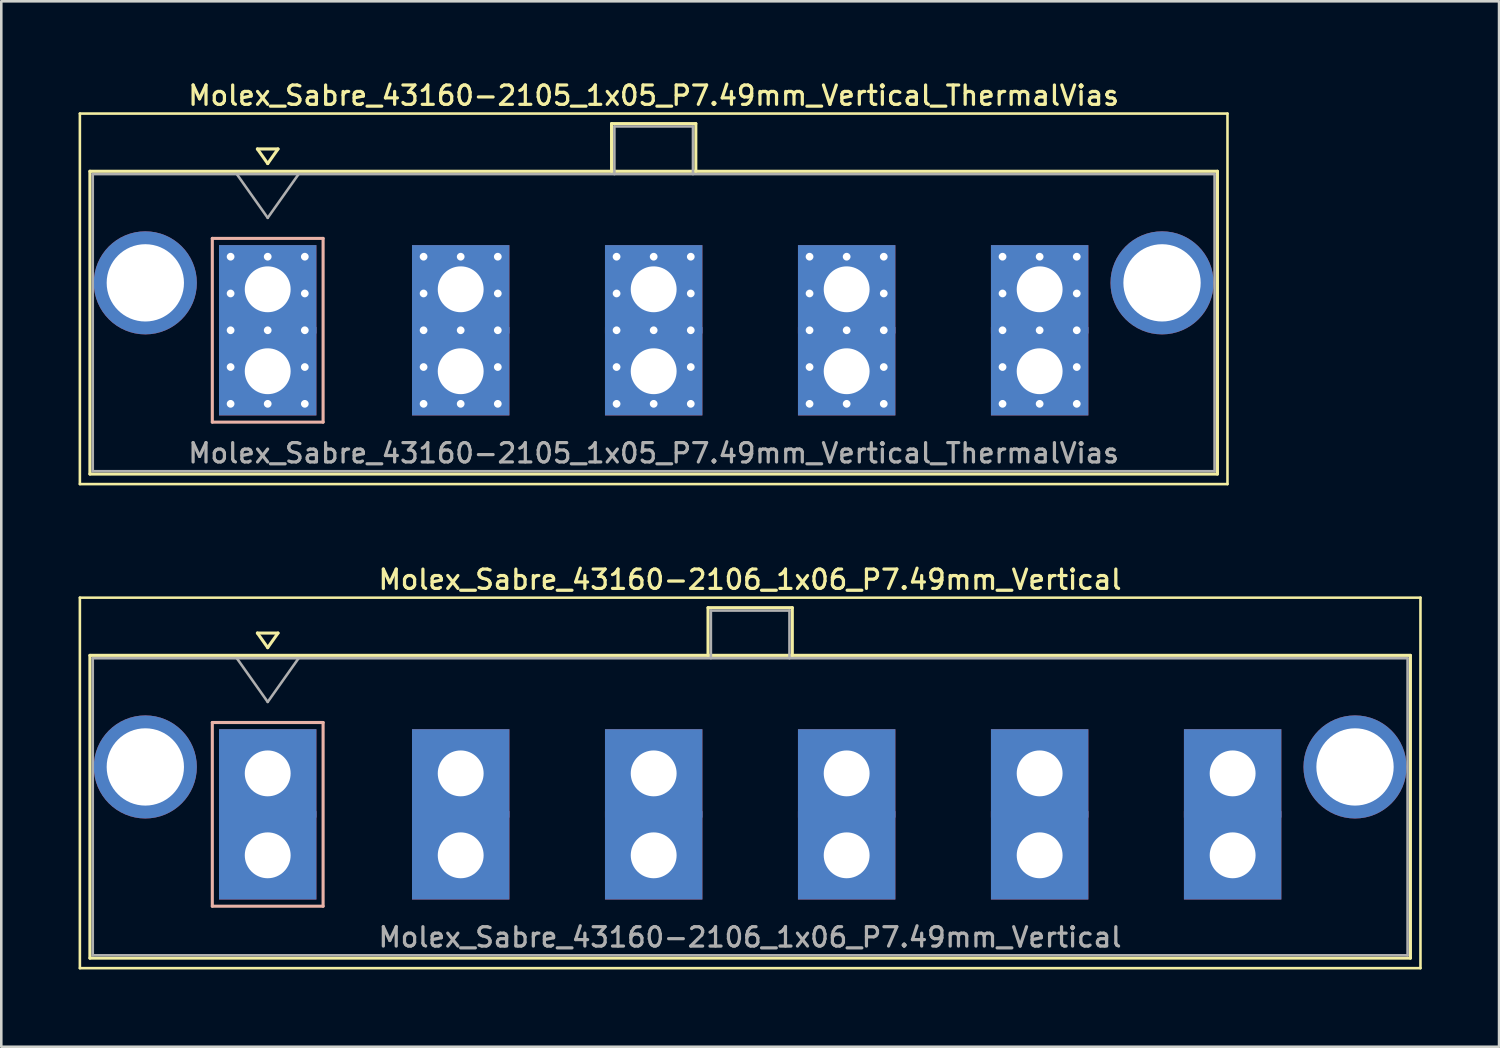
<source format=kicad_pcb>
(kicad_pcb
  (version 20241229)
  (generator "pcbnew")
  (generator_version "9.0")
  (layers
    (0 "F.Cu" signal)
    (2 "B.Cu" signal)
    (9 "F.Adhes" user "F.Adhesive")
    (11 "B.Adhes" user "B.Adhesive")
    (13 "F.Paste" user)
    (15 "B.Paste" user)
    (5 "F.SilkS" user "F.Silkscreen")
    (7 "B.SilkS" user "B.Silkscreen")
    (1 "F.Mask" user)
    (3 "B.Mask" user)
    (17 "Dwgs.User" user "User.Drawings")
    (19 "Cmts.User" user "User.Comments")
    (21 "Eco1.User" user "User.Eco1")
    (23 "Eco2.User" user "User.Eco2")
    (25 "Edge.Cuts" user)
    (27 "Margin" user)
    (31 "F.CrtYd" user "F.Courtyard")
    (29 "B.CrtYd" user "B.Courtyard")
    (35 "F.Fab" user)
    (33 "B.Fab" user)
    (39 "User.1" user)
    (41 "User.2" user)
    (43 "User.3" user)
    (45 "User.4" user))
  (footprint "Molex_Sabre_43160-2106_1x06_P7.49mm_Vertical"
    (layer "F.Cu")
    (at 7.34 30.146)
    (property "Reference" "Molex_Sabre_43160-2106_1x06_P7.49mm_Vertical" (at 18.72 -10.7 0) (layer "F.SilkS") (effects (font (size 0.75 0.75) (thickness 0.125))))
    (attr through_hole)
    (fp_line (start -7.29 -10) (end -7.29 4.38) (stroke (width 0.1) (type solid)) (layer "F.SilkS"))
    (fp_line (start -7.29 4.38) (end 44.74 4.38) (stroke (width 0.1) (type solid)) (layer "F.SilkS"))
    (fp_line (start -6.9 -7.76) (end -6.9 3.99) (stroke (width 0.12) (type solid)) (layer "F.SilkS"))
    (fp_line (start -6.9 3.99) (end 44.35 3.99) (stroke (width 0.12) (type solid)) (layer "F.SilkS"))
    (fp_line (start -0.4 -8.626) (end 0 -8.06) (stroke (width 0.12) (type solid)) (layer "F.SilkS"))
    (fp_line (start 0 -8.06) (end 0.4 -8.626) (stroke (width 0.12) (type solid)) (layer "F.SilkS"))
    (fp_line (start 0.4 -8.626) (end -0.4 -8.626) (stroke (width 0.12) (type solid)) (layer "F.SilkS"))
    (fp_line (start 17.09 -9.61) (end 20.36 -9.61) (stroke (width 0.12) (type solid)) (layer "F.SilkS"))
    (fp_line (start 17.09 -7.76) (end 17.09 -9.61) (stroke (width 0.12) (type solid)) (layer "F.SilkS"))
    (fp_line (start 20.36 -9.61) (end 20.36 -7.76) (stroke (width 0.12) (type solid)) (layer "F.SilkS"))
    (fp_line (start 44.35 -7.76) (end -6.9 -7.76) (stroke (width 0.12) (type solid)) (layer "F.SilkS"))
    (fp_line (start 44.35 3.99) (end 44.35 -7.76) (stroke (width 0.12) (type solid)) (layer "F.SilkS"))
    (fp_line (start 44.74 -10) (end -7.29 -10) (stroke (width 0.1) (type solid)) (layer "F.SilkS"))
    (fp_line (start 44.74 4.38) (end 44.74 -10) (stroke (width 0.1) (type solid)) (layer "F.SilkS"))
    (fp_line (start -2.15 -5.155) (end -2.15 1.975) (stroke (width 0.12) (type solid)) (layer "B.SilkS"))
    (fp_line (start -2.15 1.975) (end 2.15 1.975) (stroke (width 0.12) (type solid)) (layer "B.SilkS"))
    (fp_line (start 2.15 -5.155) (end -2.15 -5.155) (stroke (width 0.12) (type solid)) (layer "B.SilkS"))
    (fp_line (start 2.15 1.975) (end 2.15 -5.155) (stroke (width 0.12) (type solid)) (layer "B.SilkS"))
    (fp_line (start -6.79 -7.65) (end -6.79 3.88) (stroke (width 0.1) (type solid)) (layer "F.Fab"))
    (fp_line (start -6.79 3.88) (end 44.24 3.88) (stroke (width 0.1) (type solid)) (layer "F.Fab"))
    (fp_line (start -1.2 -7.65) (end 0 -5.953) (stroke (width 0.1) (type solid)) (layer "F.Fab"))
    (fp_line (start 0 -5.953) (end 1.2 -7.65) (stroke (width 0.1) (type solid)) (layer "F.Fab"))
    (fp_line (start 17.2 -9.5) (end 20.25 -9.5) (stroke (width 0.1) (type solid)) (layer "F.Fab"))
    (fp_line (start 17.2 -7.65) (end 17.2 -9.5) (stroke (width 0.1) (type solid)) (layer "F.Fab"))
    (fp_line (start 20.25 -9.5) (end 20.25 -7.65) (stroke (width 0.1) (type solid)) (layer "F.Fab"))
    (fp_line (start 44.24 -7.65) (end -6.79 -7.65) (stroke (width 0.1) (type solid)) (layer "F.Fab"))
    (fp_line (start 44.24 3.88) (end 44.24 -7.65) (stroke (width 0.1) (type solid)) (layer "F.Fab"))
    (fp_text user "${REFERENCE}" (at 18.72 3.18 0) (layer "F.Fab") (effects (font (size 0.75 0.75) (thickness 0.125))))
    (pad "" thru_hole circle (at -4.75 -3.43) (size 4 4) (drill 3) (layers "*.Cu" "*.Mask"))
    (pad "" thru_hole circle (at 42.2 -3.43) (size 4 4) (drill 3) (layers "*.Cu" "*.Mask"))
    (pad "1" thru_hole rect (at 0 -3.18) (size 3.78 3.43) (drill 1.78) (layers "*.Cu" "*.Mask"))
    (pad "1" thru_hole rect (at 0 0) (size 3.78 3.43) (drill 1.78) (layers "*.Cu" "*.Mask"))
    (pad "2" thru_hole rect (at 7.49 -3.18) (size 3.78 3.43) (drill 1.78) (layers "*.Cu" "*.Mask"))
    (pad "2" thru_hole rect (at 7.49 0) (size 3.78 3.43) (drill 1.78) (layers "*.Cu" "*.Mask"))
    (pad "3" thru_hole rect (at 14.98 -3.18) (size 3.78 3.43) (drill 1.78) (layers "*.Cu" "*.Mask"))
    (pad "3" thru_hole rect (at 14.98 0) (size 3.78 3.43) (drill 1.78) (layers "*.Cu" "*.Mask"))
    (pad "4" thru_hole rect (at 22.47 -3.18) (size 3.78 3.43) (drill 1.78) (layers "*.Cu" "*.Mask"))
    (pad "4" thru_hole rect (at 22.47 0) (size 3.78 3.43) (drill 1.78) (layers "*.Cu" "*.Mask"))
    (pad "5" thru_hole rect (at 29.96 -3.18) (size 3.78 3.43) (drill 1.78) (layers "*.Cu" "*.Mask"))
    (pad "5" thru_hole rect (at 29.96 0) (size 3.78 3.43) (drill 1.78) (layers "*.Cu" "*.Mask"))
    (pad "6" thru_hole rect (at 37.45 -3.18) (size 3.78 3.43) (drill 1.78) (layers "*.Cu" "*.Mask"))
    (pad "6" thru_hole rect (at 37.45 0) (size 3.78 3.43) (drill 1.78) (layers "*.Cu" "*.Mask")))
  (footprint "Molex_Sabre_43160-2105_1x05_P7.49mm_Vertical_ThermalVias"
    (layer "F.Cu")
    (at 7.34 11.358)
    (property "Reference" "Molex_Sabre_43160-2105_1x05_P7.49mm_Vertical_ThermalVias" (at 14.98 -10.7 0) (layer "F.SilkS") (effects (font (size 0.75 0.75) (thickness 0.125))))
    (attr through_hole)
    (fp_line (start -7.29 -10) (end -7.29 4.38) (stroke (width 0.1) (type solid)) (layer "F.SilkS"))
    (fp_line (start -7.29 4.38) (end 37.25 4.38) (stroke (width 0.1) (type solid)) (layer "F.SilkS"))
    (fp_line (start -6.9 -7.76) (end -6.9 3.99) (stroke (width 0.12) (type solid)) (layer "F.SilkS"))
    (fp_line (start -6.9 3.99) (end 36.86 3.99) (stroke (width 0.12) (type solid)) (layer "F.SilkS"))
    (fp_line (start -0.4 -8.626) (end 0 -8.06) (stroke (width 0.12) (type solid)) (layer "F.SilkS"))
    (fp_line (start 0 -8.06) (end 0.4 -8.626) (stroke (width 0.12) (type solid)) (layer "F.SilkS"))
    (fp_line (start 0.4 -8.626) (end -0.4 -8.626) (stroke (width 0.12) (type solid)) (layer "F.SilkS"))
    (fp_line (start 13.345 -9.61) (end 16.615 -9.61) (stroke (width 0.12) (type solid)) (layer "F.SilkS"))
    (fp_line (start 13.345 -7.76) (end 13.345 -9.61) (stroke (width 0.12) (type solid)) (layer "F.SilkS"))
    (fp_line (start 16.615 -9.61) (end 16.615 -7.76) (stroke (width 0.12) (type solid)) (layer "F.SilkS"))
    (fp_line (start 36.86 -7.76) (end -6.9 -7.76) (stroke (width 0.12) (type solid)) (layer "F.SilkS"))
    (fp_line (start 36.86 3.99) (end 36.86 -7.76) (stroke (width 0.12) (type solid)) (layer "F.SilkS"))
    (fp_line (start 37.25 -10) (end -7.29 -10) (stroke (width 0.1) (type solid)) (layer "F.SilkS"))
    (fp_line (start 37.25 4.38) (end 37.25 -10) (stroke (width 0.1) (type solid)) (layer "F.SilkS"))
    (fp_line (start -2.15 -5.155) (end -2.15 1.975) (stroke (width 0.12) (type solid)) (layer "B.SilkS"))
    (fp_line (start -2.15 1.975) (end 2.15 1.975) (stroke (width 0.12) (type solid)) (layer "B.SilkS"))
    (fp_line (start 2.15 -5.155) (end -2.15 -5.155) (stroke (width 0.12) (type solid)) (layer "B.SilkS"))
    (fp_line (start 2.15 1.975) (end 2.15 -5.155) (stroke (width 0.12) (type solid)) (layer "B.SilkS"))
    (fp_line (start -6.79 -7.65) (end -6.79 3.88) (stroke (width 0.1) (type solid)) (layer "F.Fab"))
    (fp_line (start -6.79 3.88) (end 36.75 3.88) (stroke (width 0.1) (type solid)) (layer "F.Fab"))
    (fp_line (start -1.2 -7.65) (end 0 -5.953) (stroke (width 0.1) (type solid)) (layer "F.Fab"))
    (fp_line (start 0 -5.953) (end 1.2 -7.65) (stroke (width 0.1) (type solid)) (layer "F.Fab"))
    (fp_line (start 13.455 -9.5) (end 16.505 -9.5) (stroke (width 0.1) (type solid)) (layer "F.Fab"))
    (fp_line (start 13.455 -7.65) (end 13.455 -9.5) (stroke (width 0.1) (type solid)) (layer "F.Fab"))
    (fp_line (start 16.505 -9.5) (end 16.505 -7.65) (stroke (width 0.1) (type solid)) (layer "F.Fab"))
    (fp_line (start 36.75 -7.65) (end -6.79 -7.65) (stroke (width 0.1) (type solid)) (layer "F.Fab"))
    (fp_line (start 36.75 3.88) (end 36.75 -7.65) (stroke (width 0.1) (type solid)) (layer "F.Fab"))
    (fp_text user "${REFERENCE}" (at 14.98 3.18 0) (layer "F.Fab") (effects (font (size 0.75 0.75) (thickness 0.125))))
    (pad "" thru_hole circle (at -4.75 -3.43) (size 4 4) (drill 3) (layers "*.Cu" "*.Mask"))
    (pad "" thru_hole circle (at 34.71 -3.43) (size 4 4) (drill 3) (layers "*.Cu" "*.Mask"))
    (pad "1" thru_hole rect (at -1.44 -4.445) (size 0.6 0.6) (drill 0.3) (layers "*.Cu" "*.Mask"))
    (pad "1" thru_hole rect (at -1.44 -3.018) (size 0.6 0.6) (drill 0.3) (layers "*.Cu" "*.Mask"))
    (pad "1" thru_hole rect (at -1.44 -1.59) (size 0.6 0.6) (drill 0.3) (layers "*.Cu" "*.Mask"))
    (pad "1" thru_hole rect (at -1.44 -0.163) (size 0.6 0.6) (drill 0.3) (layers "*.Cu" "*.Mask"))
    (pad "1" thru_hole rect (at -1.44 1.265) (size 0.6 0.6) (drill 0.3) (layers "*.Cu" "*.Mask"))
    (pad "1" thru_hole rect (at 0 -4.445) (size 0.6 0.6) (drill 0.3) (layers "*.Cu" "*.Mask"))
    (pad "1" thru_hole rect (at 0 -3.18) (size 3.78 3.43) (drill 1.78) (layers "*.Cu" "*.Mask"))
    (pad "1" thru_hole rect (at 0 -1.59) (size 0.6 0.6) (drill 0.3) (layers "*.Cu" "*.Mask"))
    (pad "1" thru_hole rect (at 0 0) (size 3.78 3.43) (drill 1.78) (layers "*.Cu" "*.Mask"))
    (pad "1" thru_hole rect (at 0 1.265) (size 0.6 0.6) (drill 0.3) (layers "*.Cu" "*.Mask"))
    (pad "1" thru_hole rect (at 1.44 -4.445) (size 0.6 0.6) (drill 0.3) (layers "*.Cu" "*.Mask"))
    (pad "1" thru_hole rect (at 1.44 -3.018) (size 0.6 0.6) (drill 0.3) (layers "*.Cu" "*.Mask"))
    (pad "1" thru_hole rect (at 1.44 -1.59) (size 0.6 0.6) (drill 0.3) (layers "*.Cu" "*.Mask"))
    (pad "1" thru_hole rect (at 1.44 -0.163) (size 0.6 0.6) (drill 0.3) (layers "*.Cu" "*.Mask"))
    (pad "1" thru_hole rect (at 1.44 1.265) (size 0.6 0.6) (drill 0.3) (layers "*.Cu" "*.Mask"))
    (pad "2" thru_hole circle (at 6.05 -4.445) (size 0.6 0.6) (drill 0.3) (layers "*.Cu" "*.Mask"))
    (pad "2" thru_hole circle (at 6.05 -3.018) (size 0.6 0.6) (drill 0.3) (layers "*.Cu" "*.Mask"))
    (pad "2" thru_hole circle (at 6.05 -1.59) (size 0.6 0.6) (drill 0.3) (layers "*.Cu" "*.Mask"))
    (pad "2" thru_hole circle (at 6.05 -0.163) (size 0.6 0.6) (drill 0.3) (layers "*.Cu" "*.Mask"))
    (pad "2" thru_hole circle (at 6.05 1.265) (size 0.6 0.6) (drill 0.3) (layers "*.Cu" "*.Mask"))
    (pad "2" thru_hole circle (at 7.49 -4.445) (size 0.6 0.6) (drill 0.3) (layers "*.Cu" "*.Mask"))
    (pad "2" thru_hole rect (at 7.49 -3.18) (size 3.78 3.43) (drill 1.78) (layers "*.Cu" "*.Mask"))
    (pad "2" thru_hole circle (at 7.49 -1.59) (size 0.6 0.6) (drill 0.3) (layers "*.Cu" "*.Mask"))
    (pad "2" thru_hole rect (at 7.49 0) (size 3.78 3.43) (drill 1.78) (layers "*.Cu" "*.Mask"))
    (pad "2" thru_hole circle (at 7.49 1.265) (size 0.6 0.6) (drill 0.3) (layers "*.Cu" "*.Mask"))
    (pad "2" thru_hole circle (at 8.93 -4.445) (size 0.6 0.6) (drill 0.3) (layers "*.Cu" "*.Mask"))
    (pad "2" thru_hole circle (at 8.93 -3.018) (size 0.6 0.6) (drill 0.3) (layers "*.Cu" "*.Mask"))
    (pad "2" thru_hole circle (at 8.93 -1.59) (size 0.6 0.6) (drill 0.3) (layers "*.Cu" "*.Mask"))
    (pad "2" thru_hole circle (at 8.93 -0.163) (size 0.6 0.6) (drill 0.3) (layers "*.Cu" "*.Mask"))
    (pad "2" thru_hole circle (at 8.93 1.265) (size 0.6 0.6) (drill 0.3) (layers "*.Cu" "*.Mask"))
    (pad "3" thru_hole circle (at 13.54 -4.445) (size 0.6 0.6) (drill 0.3) (layers "*.Cu" "*.Mask"))
    (pad "3" thru_hole circle (at 13.54 -3.018) (size 0.6 0.6) (drill 0.3) (layers "*.Cu" "*.Mask"))
    (pad "3" thru_hole circle (at 13.54 -1.59) (size 0.6 0.6) (drill 0.3) (layers "*.Cu" "*.Mask"))
    (pad "3" thru_hole circle (at 13.54 -0.163) (size 0.6 0.6) (drill 0.3) (layers "*.Cu" "*.Mask"))
    (pad "3" thru_hole circle (at 13.54 1.265) (size 0.6 0.6) (drill 0.3) (layers "*.Cu" "*.Mask"))
    (pad "3" thru_hole circle (at 14.98 -4.445) (size 0.6 0.6) (drill 0.3) (layers "*.Cu" "*.Mask"))
    (pad "3" thru_hole rect (at 14.98 -3.18) (size 3.78 3.43) (drill 1.78) (layers "*.Cu" "*.Mask"))
    (pad "3" thru_hole circle (at 14.98 -1.59) (size 0.6 0.6) (drill 0.3) (layers "*.Cu" "*.Mask"))
    (pad "3" thru_hole rect (at 14.98 0) (size 3.78 3.43) (drill 1.78) (layers "*.Cu" "*.Mask"))
    (pad "3" thru_hole circle (at 14.98 1.265) (size 0.6 0.6) (drill 0.3) (layers "*.Cu" "*.Mask"))
    (pad "3" thru_hole circle (at 16.42 -4.445) (size 0.6 0.6) (drill 0.3) (layers "*.Cu" "*.Mask"))
    (pad "3" thru_hole circle (at 16.42 -3.018) (size 0.6 0.6) (drill 0.3) (layers "*.Cu" "*.Mask"))
    (pad "3" thru_hole circle (at 16.42 -1.59) (size 0.6 0.6) (drill 0.3) (layers "*.Cu" "*.Mask"))
    (pad "3" thru_hole circle (at 16.42 -0.163) (size 0.6 0.6) (drill 0.3) (layers "*.Cu" "*.Mask"))
    (pad "3" thru_hole circle (at 16.42 1.265) (size 0.6 0.6) (drill 0.3) (layers "*.Cu" "*.Mask"))
    (pad "4" thru_hole circle (at 21.03 -4.445) (size 0.6 0.6) (drill 0.3) (layers "*.Cu" "*.Mask"))
    (pad "4" thru_hole circle (at 21.03 -3.018) (size 0.6 0.6) (drill 0.3) (layers "*.Cu" "*.Mask"))
    (pad "4" thru_hole circle (at 21.03 -1.59) (size 0.6 0.6) (drill 0.3) (layers "*.Cu" "*.Mask"))
    (pad "4" thru_hole circle (at 21.03 -0.163) (size 0.6 0.6) (drill 0.3) (layers "*.Cu" "*.Mask"))
    (pad "4" thru_hole circle (at 21.03 1.265) (size 0.6 0.6) (drill 0.3) (layers "*.Cu" "*.Mask"))
    (pad "4" thru_hole circle (at 22.47 -4.445) (size 0.6 0.6) (drill 0.3) (layers "*.Cu" "*.Mask"))
    (pad "4" thru_hole rect (at 22.47 -3.18) (size 3.78 3.43) (drill 1.78) (layers "*.Cu" "*.Mask"))
    (pad "4" thru_hole circle (at 22.47 -1.59) (size 0.6 0.6) (drill 0.3) (layers "*.Cu" "*.Mask"))
    (pad "4" thru_hole rect (at 22.47 0) (size 3.78 3.43) (drill 1.78) (layers "*.Cu" "*.Mask"))
    (pad "4" thru_hole circle (at 22.47 1.265) (size 0.6 0.6) (drill 0.3) (layers "*.Cu" "*.Mask"))
    (pad "4" thru_hole circle (at 23.91 -4.445) (size 0.6 0.6) (drill 0.3) (layers "*.Cu" "*.Mask"))
    (pad "4" thru_hole circle (at 23.91 -3.018) (size 0.6 0.6) (drill 0.3) (layers "*.Cu" "*.Mask"))
    (pad "4" thru_hole circle (at 23.91 -1.59) (size 0.6 0.6) (drill 0.3) (layers "*.Cu" "*.Mask"))
    (pad "4" thru_hole circle (at 23.91 -0.163) (size 0.6 0.6) (drill 0.3) (layers "*.Cu" "*.Mask"))
    (pad "4" thru_hole circle (at 23.91 1.265) (size 0.6 0.6) (drill 0.3) (layers "*.Cu" "*.Mask"))
    (pad "5" thru_hole circle (at 28.52 -4.445) (size 0.6 0.6) (drill 0.3) (layers "*.Cu" "*.Mask"))
    (pad "5" thru_hole circle (at 28.52 -3.018) (size 0.6 0.6) (drill 0.3) (layers "*.Cu" "*.Mask"))
    (pad "5" thru_hole circle (at 28.52 -1.59) (size 0.6 0.6) (drill 0.3) (layers "*.Cu" "*.Mask"))
    (pad "5" thru_hole circle (at 28.52 -0.163) (size 0.6 0.6) (drill 0.3) (layers "*.Cu" "*.Mask"))
    (pad "5" thru_hole circle (at 28.52 1.265) (size 0.6 0.6) (drill 0.3) (layers "*.Cu" "*.Mask"))
    (pad "5" thru_hole circle (at 29.96 -4.445) (size 0.6 0.6) (drill 0.3) (layers "*.Cu" "*.Mask"))
    (pad "5" thru_hole rect (at 29.96 -3.18) (size 3.78 3.43) (drill 1.78) (layers "*.Cu" "*.Mask"))
    (pad "5" thru_hole circle (at 29.96 -1.59) (size 0.6 0.6) (drill 0.3) (layers "*.Cu" "*.Mask"))
    (pad "5" thru_hole rect (at 29.96 0) (size 3.78 3.43) (drill 1.78) (layers "*.Cu" "*.Mask"))
    (pad "5" thru_hole circle (at 29.96 1.265) (size 0.6 0.6) (drill 0.3) (layers "*.Cu" "*.Mask"))
    (pad "5" thru_hole circle (at 31.4 -4.445) (size 0.6 0.6) (drill 0.3) (layers "*.Cu" "*.Mask"))
    (pad "5" thru_hole circle (at 31.4 -3.018) (size 0.6 0.6) (drill 0.3) (layers "*.Cu" "*.Mask"))
    (pad "5" thru_hole circle (at 31.4 -1.59) (size 0.6 0.6) (drill 0.3) (layers "*.Cu" "*.Mask"))
    (pad "5" thru_hole circle (at 31.4 -0.163) (size 0.6 0.6) (drill 0.3) (layers "*.Cu" "*.Mask"))
    (pad "5" thru_hole circle (at 31.4 1.265) (size 0.6 0.6) (drill 0.3) (layers "*.Cu" "*.Mask")))
  (gr_rect
    (start -3 -3)
    (end 55.13 37.576)
    (stroke (width 0.1) (type default))
    (fill no)
    (layer "Edge.Cuts")))
</source>
